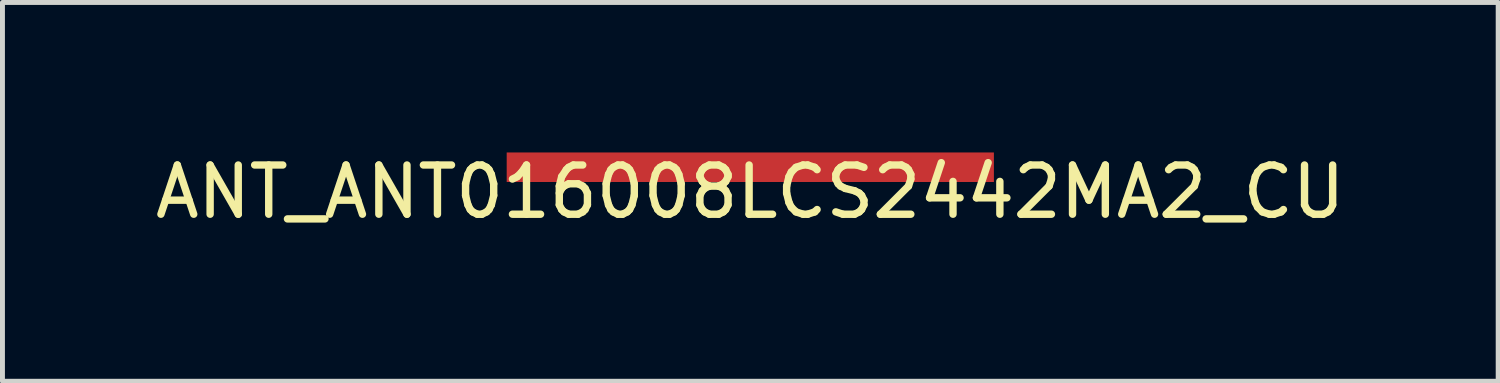
<source format=kicad_pcb>
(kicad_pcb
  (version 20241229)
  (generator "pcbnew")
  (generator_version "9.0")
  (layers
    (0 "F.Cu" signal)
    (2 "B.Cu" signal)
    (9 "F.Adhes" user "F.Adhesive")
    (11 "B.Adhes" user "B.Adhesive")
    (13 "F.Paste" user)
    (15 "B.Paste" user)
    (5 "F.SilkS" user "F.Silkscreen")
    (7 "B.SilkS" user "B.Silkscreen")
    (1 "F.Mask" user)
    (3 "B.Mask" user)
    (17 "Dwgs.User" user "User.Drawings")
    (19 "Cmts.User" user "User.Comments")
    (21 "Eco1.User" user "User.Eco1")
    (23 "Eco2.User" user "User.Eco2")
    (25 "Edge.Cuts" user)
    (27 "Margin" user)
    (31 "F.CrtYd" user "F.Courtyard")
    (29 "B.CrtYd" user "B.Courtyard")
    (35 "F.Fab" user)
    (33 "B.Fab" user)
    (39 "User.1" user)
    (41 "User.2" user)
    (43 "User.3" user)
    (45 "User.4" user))
  (footprint "ANT_ANT016008LCS2442MA2_CU"
    (layer "F.Cu")
    (at 12.196 0.348)
    (property "Reference" "ANT_ANT016008LCS2442MA2_CU" (at 0 0.5 0) (layer "F.SilkS") (effects (font (size 1 1) (thickness 0.15))))
    (attr through_hole)
    (pad "1" smd rect (at 0 0) (size 9.9 0.6) (layers "F.Cu")))
  (gr_rect
    (start -3 -3)
    (end 27.393 4.697)
    (stroke (width 0.1) (type default))
    (fill no)
    (layer "Edge.Cuts")))
</source>
